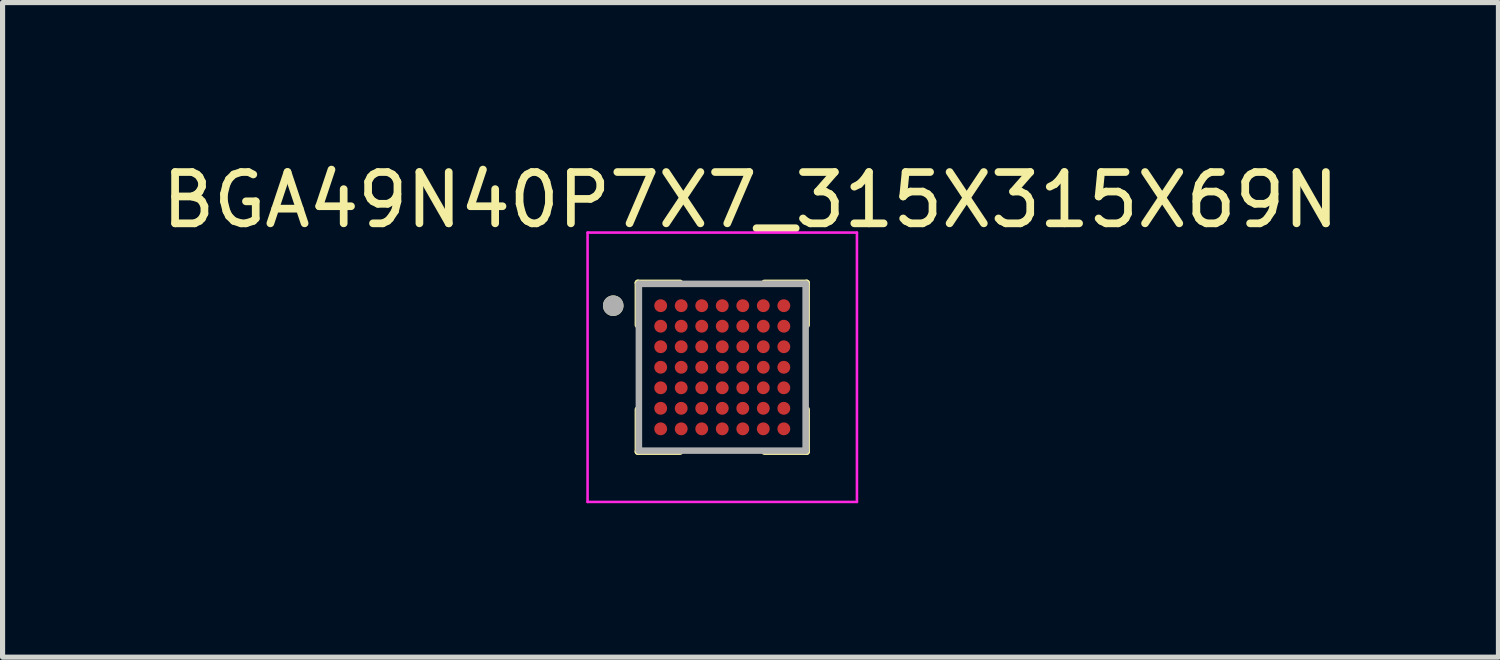
<source format=kicad_pcb>
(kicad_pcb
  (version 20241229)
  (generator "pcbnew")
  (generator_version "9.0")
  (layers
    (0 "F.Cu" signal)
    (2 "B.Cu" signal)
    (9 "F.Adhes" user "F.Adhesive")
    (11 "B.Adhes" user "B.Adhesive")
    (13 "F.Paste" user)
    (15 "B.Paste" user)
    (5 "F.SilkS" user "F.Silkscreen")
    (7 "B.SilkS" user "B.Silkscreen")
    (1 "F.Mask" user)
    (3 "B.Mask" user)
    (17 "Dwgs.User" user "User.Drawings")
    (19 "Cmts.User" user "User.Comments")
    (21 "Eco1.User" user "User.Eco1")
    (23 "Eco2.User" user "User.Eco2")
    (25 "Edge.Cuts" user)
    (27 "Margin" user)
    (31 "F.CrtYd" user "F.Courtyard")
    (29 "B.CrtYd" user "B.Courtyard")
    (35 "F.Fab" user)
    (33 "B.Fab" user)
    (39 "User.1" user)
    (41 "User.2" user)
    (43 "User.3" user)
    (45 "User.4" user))
  (footprint "BGA49N40P7X7_315X315X69N"
    (layer "F.Cu")
    (at 11.027 4.108)
    (property "Reference" "BGA49N40P7X7_315X315X69N" (at 0.55 -3.26 0) (layer "F.SilkS") (effects (font (size 1 1) (thickness 0.15))))
    (attr smd)
    (fp_line (start -1.645 -1.645) (end -1.645 -0.823) (stroke (width 0.127) (type solid)) (layer "F.SilkS"))
    (fp_line (start -1.645 -1.645) (end -0.823 -1.645) (stroke (width 0.127) (type solid)) (layer "F.SilkS"))
    (fp_line (start -1.645 1.645) (end -1.645 0.823) (stroke (width 0.127) (type solid)) (layer "F.SilkS"))
    (fp_line (start -1.645 1.645) (end -0.823 1.645) (stroke (width 0.127) (type solid)) (layer "F.SilkS"))
    (fp_line (start 1.645 -1.645) (end 0.823 -1.645) (stroke (width 0.127) (type solid)) (layer "F.SilkS"))
    (fp_line (start 1.645 -1.645) (end 1.645 -0.823) (stroke (width 0.127) (type solid)) (layer "F.SilkS"))
    (fp_line (start 1.645 1.645) (end 0.823 1.645) (stroke (width 0.127) (type solid)) (layer "F.SilkS"))
    (fp_line (start 1.645 1.645) (end 1.645 0.823) (stroke (width 0.127) (type solid)) (layer "F.SilkS"))
    (fp_circle (center -2.125 -1.2) (end -2.025 -1.2) (stroke (width 0.2) (type solid)) (fill no) (layer "F.SilkS"))
    (fp_line (start -2.625 -2.625) (end 2.625 -2.625) (stroke (width 0.05) (type solid)) (layer "F.CrtYd"))
    (fp_line (start -2.625 2.625) (end -2.625 -2.625) (stroke (width 0.05) (type solid)) (layer "F.CrtYd"))
    (fp_line (start -2.625 2.625) (end 2.625 2.625) (stroke (width 0.05) (type solid)) (layer "F.CrtYd"))
    (fp_line (start 2.625 2.625) (end 2.625 -2.625) (stroke (width 0.05) (type solid)) (layer "F.CrtYd"))
    (fp_line (start -1.625 1.625) (end -1.625 -1.625) (stroke (width 0.127) (type solid)) (layer "F.Fab"))
    (fp_line (start 1.625 -1.625) (end -1.625 -1.625) (stroke (width 0.127) (type solid)) (layer "F.Fab"))
    (fp_line (start 1.625 1.625) (end -1.625 1.625) (stroke (width 0.127) (type solid)) (layer "F.Fab"))
    (fp_line (start 1.625 1.625) (end 1.625 -1.625) (stroke (width 0.127) (type solid)) (layer "F.Fab"))
    (fp_circle (center -2.125 -1.2) (end -2.025 -1.2) (stroke (width 0.2) (type solid)) (fill no) (layer "F.Fab"))
    (pad "A1" smd circle (at -1.2 -1.2) (size 0.25 0.25) (layers "F.Cu" "F.Mask" "F.Paste"))
    (pad "A2" smd circle (at -0.8 -1.2) (size 0.25 0.25) (layers "F.Cu" "F.Mask" "F.Paste"))
    (pad "A3" smd circle (at -0.4 -1.2) (size 0.25 0.25) (layers "F.Cu" "F.Mask" "F.Paste"))
    (pad "A4" smd circle (at 0 -1.2) (size 0.25 0.25) (layers "F.Cu" "F.Mask" "F.Paste"))
    (pad "A5" smd circle (at 0.4 -1.2) (size 0.25 0.25) (layers "F.Cu" "F.Mask" "F.Paste"))
    (pad "A6" smd circle (at 0.8 -1.2) (size 0.25 0.25) (layers "F.Cu" "F.Mask" "F.Paste"))
    (pad "A7" smd circle (at 1.2 -1.2) (size 0.25 0.25) (layers "F.Cu" "F.Mask" "F.Paste"))
    (pad "B1" smd circle (at -1.2 -0.8) (size 0.25 0.25) (layers "F.Cu" "F.Mask" "F.Paste"))
    (pad "B2" smd circle (at -0.8 -0.8) (size 0.25 0.25) (layers "F.Cu" "F.Mask" "F.Paste"))
    (pad "B3" smd circle (at -0.4 -0.8) (size 0.25 0.25) (layers "F.Cu" "F.Mask" "F.Paste"))
    (pad "B4" smd circle (at 0 -0.8) (size 0.25 0.25) (layers "F.Cu" "F.Mask" "F.Paste"))
    (pad "B5" smd circle (at 0.4 -0.8) (size 0.25 0.25) (layers "F.Cu" "F.Mask" "F.Paste"))
    (pad "B6" smd circle (at 0.8 -0.8) (size 0.25 0.25) (layers "F.Cu" "F.Mask" "F.Paste"))
    (pad "B7" smd circle (at 1.2 -0.8) (size 0.25 0.25) (layers "F.Cu" "F.Mask" "F.Paste"))
    (pad "C1" smd circle (at -1.2 -0.4) (size 0.25 0.25) (layers "F.Cu" "F.Mask" "F.Paste"))
    (pad "C2" smd circle (at -0.8 -0.4) (size 0.25 0.25) (layers "F.Cu" "F.Mask" "F.Paste"))
    (pad "C3" smd circle (at -0.4 -0.4) (size 0.25 0.25) (layers "F.Cu" "F.Mask" "F.Paste"))
    (pad "C4" smd circle (at 0 -0.4) (size 0.25 0.25) (layers "F.Cu" "F.Mask" "F.Paste"))
    (pad "C5" smd circle (at 0.4 -0.4) (size 0.25 0.25) (layers "F.Cu" "F.Mask" "F.Paste"))
    (pad "C6" smd circle (at 0.8 -0.4) (size 0.25 0.25) (layers "F.Cu" "F.Mask" "F.Paste"))
    (pad "C7" smd circle (at 1.2 -0.4) (size 0.25 0.25) (layers "F.Cu" "F.Mask" "F.Paste"))
    (pad "D1" smd circle (at -1.2 0) (size 0.25 0.25) (layers "F.Cu" "F.Mask" "F.Paste"))
    (pad "D2" smd circle (at -0.8 0) (size 0.25 0.25) (layers "F.Cu" "F.Mask" "F.Paste"))
    (pad "D3" smd circle (at -0.4 0) (size 0.25 0.25) (layers "F.Cu" "F.Mask" "F.Paste"))
    (pad "D4" smd circle (at 0 0) (size 0.25 0.25) (layers "F.Cu" "F.Mask" "F.Paste"))
    (pad "D5" smd circle (at 0.4 0) (size 0.25 0.25) (layers "F.Cu" "F.Mask" "F.Paste"))
    (pad "D6" smd circle (at 0.8 0) (size 0.25 0.25) (layers "F.Cu" "F.Mask" "F.Paste"))
    (pad "D7" smd circle (at 1.2 0) (size 0.25 0.25) (layers "F.Cu" "F.Mask" "F.Paste"))
    (pad "E1" smd circle (at -1.2 0.4) (size 0.25 0.25) (layers "F.Cu" "F.Mask" "F.Paste"))
    (pad "E2" smd circle (at -0.8 0.4) (size 0.25 0.25) (layers "F.Cu" "F.Mask" "F.Paste"))
    (pad "E3" smd circle (at -0.4 0.4) (size 0.25 0.25) (layers "F.Cu" "F.Mask" "F.Paste"))
    (pad "E4" smd circle (at 0 0.4) (size 0.25 0.25) (layers "F.Cu" "F.Mask" "F.Paste"))
    (pad "E5" smd circle (at 0.4 0.4) (size 0.25 0.25) (layers "F.Cu" "F.Mask" "F.Paste"))
    (pad "E6" smd circle (at 0.8 0.4) (size 0.25 0.25) (layers "F.Cu" "F.Mask" "F.Paste"))
    (pad "E7" smd circle (at 1.2 0.4) (size 0.25 0.25) (layers "F.Cu" "F.Mask" "F.Paste"))
    (pad "F1" smd circle (at -1.2 0.8) (size 0.25 0.25) (layers "F.Cu" "F.Mask" "F.Paste"))
    (pad "F2" smd circle (at -0.8 0.8) (size 0.25 0.25) (layers "F.Cu" "F.Mask" "F.Paste"))
    (pad "F3" smd circle (at -0.4 0.8) (size 0.25 0.25) (layers "F.Cu" "F.Mask" "F.Paste"))
    (pad "F4" smd circle (at 0 0.8) (size 0.25 0.25) (layers "F.Cu" "F.Mask" "F.Paste"))
    (pad "F5" smd circle (at 0.4 0.8) (size 0.25 0.25) (layers "F.Cu" "F.Mask" "F.Paste"))
    (pad "F6" smd circle (at 0.8 0.8) (size 0.25 0.25) (layers "F.Cu" "F.Mask" "F.Paste"))
    (pad "F7" smd circle (at 1.2 0.8) (size 0.25 0.25) (layers "F.Cu" "F.Mask" "F.Paste"))
    (pad "G1" smd circle (at -1.2 1.2) (size 0.25 0.25) (layers "F.Cu" "F.Mask" "F.Paste"))
    (pad "G2" smd circle (at -0.8 1.2) (size 0.25 0.25) (layers "F.Cu" "F.Mask" "F.Paste"))
    (pad "G3" smd circle (at -0.4 1.2) (size 0.25 0.25) (layers "F.Cu" "F.Mask" "F.Paste"))
    (pad "G4" smd circle (at 0 1.2) (size 0.25 0.25) (layers "F.Cu" "F.Mask" "F.Paste"))
    (pad "G5" smd circle (at 0.4 1.2) (size 0.25 0.25) (layers "F.Cu" "F.Mask" "F.Paste"))
    (pad "G6" smd circle (at 0.8 1.2) (size 0.25 0.25) (layers "F.Cu" "F.Mask" "F.Paste"))
    (pad "G7" smd circle (at 1.2 1.2) (size 0.25 0.25) (layers "F.Cu" "F.Mask" "F.Paste")))
  (gr_rect
    (start -3 -3)
    (end 26.155 9.758)
    (stroke (width 0.1) (type default))
    (fill no)
    (layer "Edge.Cuts")))
</source>
